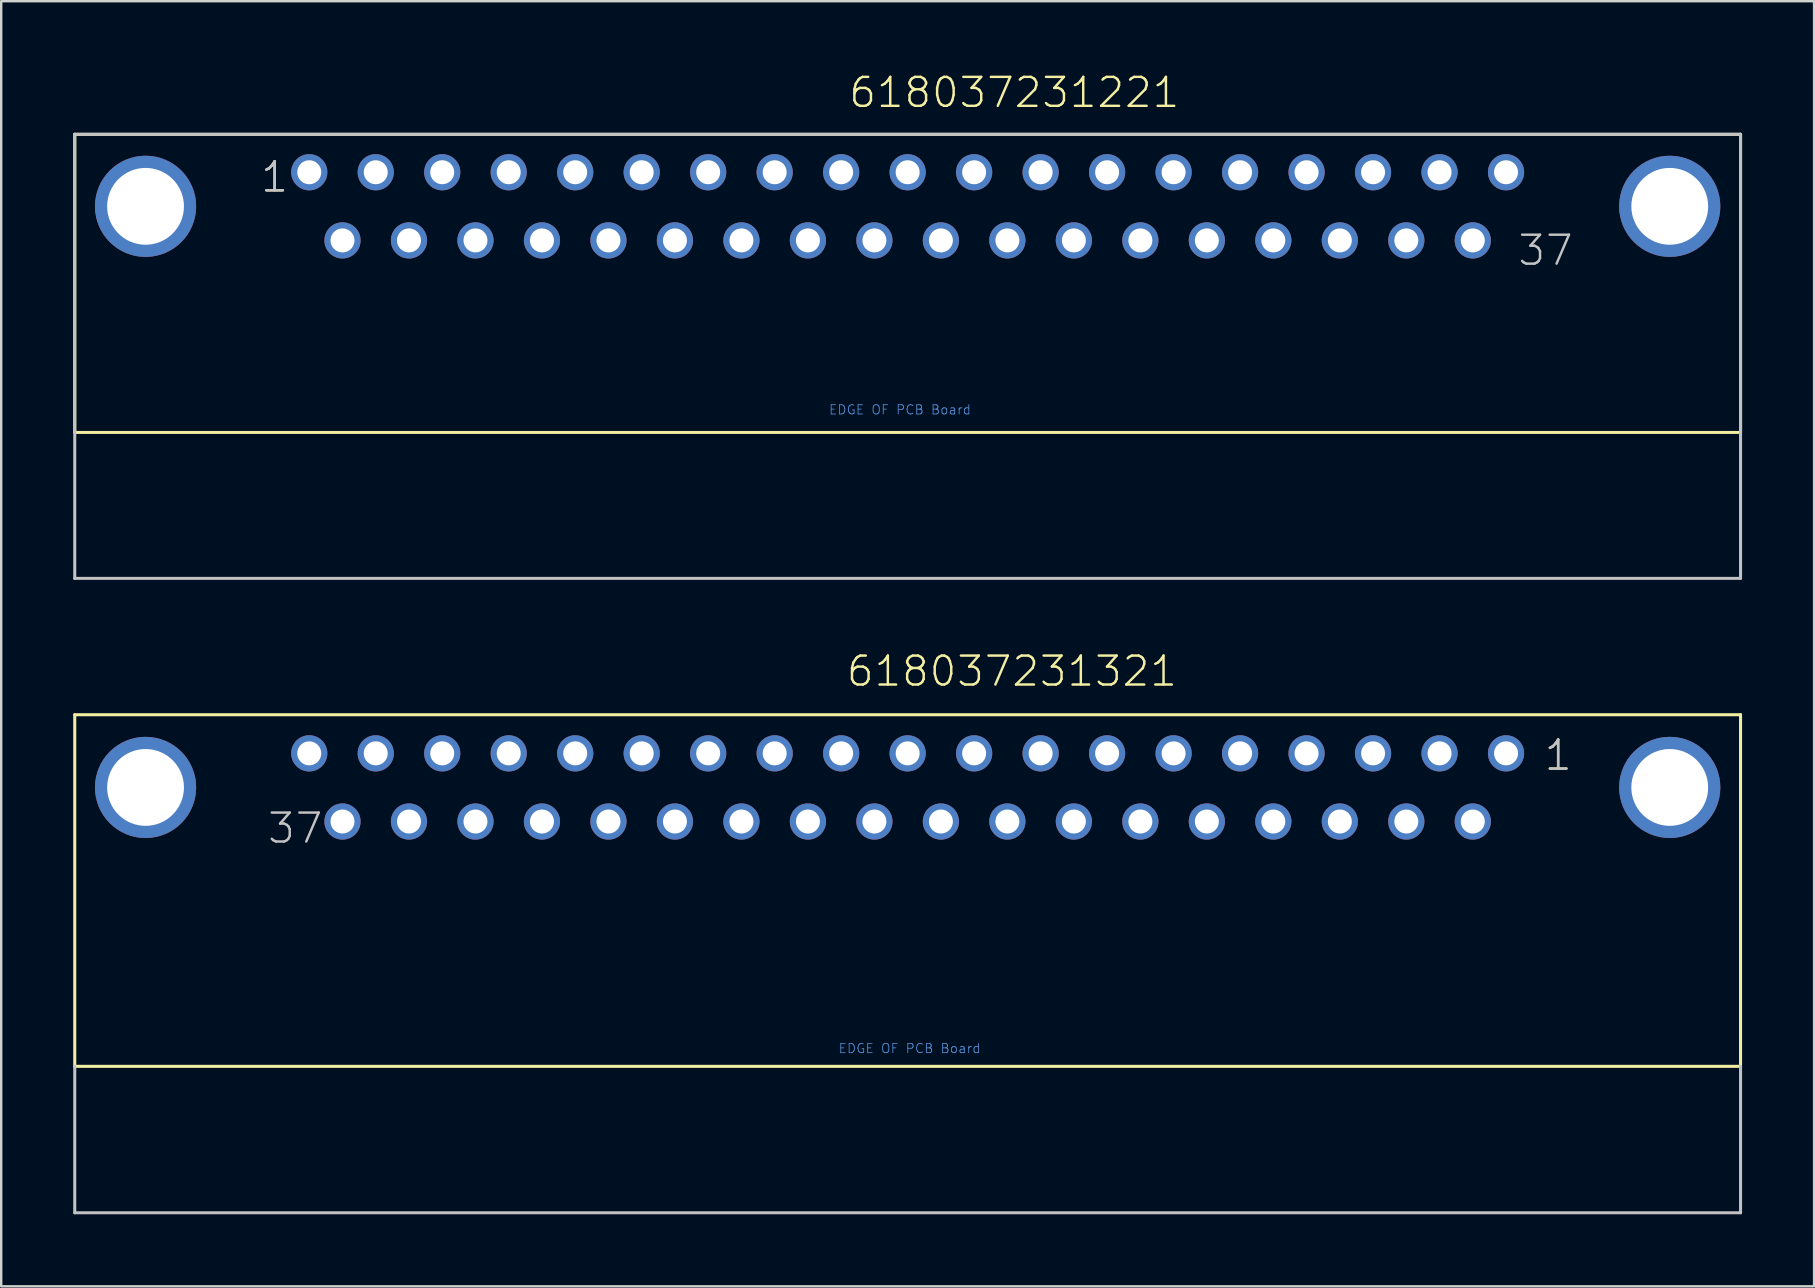
<source format=kicad_pcb>
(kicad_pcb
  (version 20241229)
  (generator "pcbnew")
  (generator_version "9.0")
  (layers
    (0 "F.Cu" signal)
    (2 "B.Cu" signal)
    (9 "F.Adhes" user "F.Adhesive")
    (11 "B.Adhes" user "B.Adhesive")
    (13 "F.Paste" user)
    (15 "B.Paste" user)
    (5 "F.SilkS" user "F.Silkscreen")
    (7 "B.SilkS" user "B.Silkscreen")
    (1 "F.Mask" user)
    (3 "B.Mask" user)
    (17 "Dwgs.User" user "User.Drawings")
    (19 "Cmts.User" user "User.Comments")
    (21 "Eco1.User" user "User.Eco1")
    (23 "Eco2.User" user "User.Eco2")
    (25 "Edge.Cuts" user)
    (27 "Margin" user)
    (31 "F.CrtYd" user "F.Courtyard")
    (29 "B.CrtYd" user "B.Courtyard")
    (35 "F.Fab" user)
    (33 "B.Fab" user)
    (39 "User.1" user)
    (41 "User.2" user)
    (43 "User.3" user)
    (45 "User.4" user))
  (footprint "618037231221"
    (layer "F.Cu")
    (at 34.764 5.546)
    (property "Reference" "618037231221" (at -2.515 -4.035 0) (layer "F.SilkS") (effects (font (size 1.206 1.206) (thickness 0.102)) (justify left bottom)))
    (attr through_hole)
    (fp_line (start -34.7 -3) (end 34.7 -3) (stroke (width 0.127) (type solid)) (layer "F.SilkS"))
    (fp_line (start -34.7 9.42) (end -34.7 -3) (stroke (width 0.127) (type solid)) (layer "F.SilkS"))
    (fp_line (start 34.7 -3) (end 34.7 9.42) (stroke (width 0.127) (type solid)) (layer "F.SilkS"))
    (fp_line (start 34.7 9.42) (end -34.7 9.42) (stroke (width 0.127) (type solid)) (layer "F.SilkS"))
    (fp_line (start -34.7 -3) (end 34.7 -3) (stroke (width 0.127) (type solid)) (layer "Dwgs.User"))
    (fp_line (start -34.7 15.5) (end -34.7 -3) (stroke (width 0.127) (type solid)) (layer "Dwgs.User"))
    (fp_line (start 34.7 -3) (end 34.7 15.5) (stroke (width 0.127) (type solid)) (layer "Dwgs.User"))
    (fp_line (start 34.7 15.5) (end -34.7 15.5) (stroke (width 0.127) (type solid)) (layer "Dwgs.User"))
    (fp_text user "1" (at -27.015 -0.515 0) (layer "F.SilkS") (effects (font (size 1.206 1.206) (thickness 0.102)) (justify left bottom)))
    (fp_text user "37" (at 25.36 2.54 0) (layer "Dwgs.User") (effects (font (size 1.206 1.206) (thickness 0.102)) (justify left bottom)))
    (fp_text user "1" (at -27.015 -0.515 0) (layer "Dwgs.User") (effects (font (size 1.206 1.206) (thickness 0.102)) (justify left bottom)))
    (fp_text user "EDGE OF PCB Board" (at -3.3 8.7 0) (layer "Cmts.User") (effects (font (size 0.386 0.386) (thickness 0.033)) (justify left bottom)))
    (pad "1" thru_hole circle (at -24.93 -1.42) (size 1.508 1.508) (drill 1) (layers "*.Cu" "*.Mask"))
    (pad "2" thru_hole circle (at -22.16 -1.42) (size 1.508 1.508) (drill 1) (layers "*.Cu" "*.Mask"))
    (pad "3" thru_hole circle (at -19.39 -1.42) (size 1.508 1.508) (drill 1) (layers "*.Cu" "*.Mask"))
    (pad "4" thru_hole circle (at -16.62 -1.42) (size 1.508 1.508) (drill 1) (layers "*.Cu" "*.Mask"))
    (pad "5" thru_hole circle (at -13.85 -1.42) (size 1.508 1.508) (drill 1) (layers "*.Cu" "*.Mask"))
    (pad "6" thru_hole circle (at -11.08 -1.42) (size 1.508 1.508) (drill 1) (layers "*.Cu" "*.Mask"))
    (pad "7" thru_hole circle (at -8.31 -1.42) (size 1.508 1.508) (drill 1) (layers "*.Cu" "*.Mask"))
    (pad "8" thru_hole circle (at -5.54 -1.42) (size 1.508 1.508) (drill 1) (layers "*.Cu" "*.Mask"))
    (pad "9" thru_hole circle (at -2.77 -1.42) (size 1.508 1.508) (drill 1) (layers "*.Cu" "*.Mask"))
    (pad "10" thru_hole circle (at 0 -1.42) (size 1.508 1.508) (drill 1) (layers "*.Cu" "*.Mask"))
    (pad "11" thru_hole circle (at 2.77 -1.42) (size 1.508 1.508) (drill 1) (layers "*.Cu" "*.Mask"))
    (pad "12" thru_hole circle (at 5.54 -1.42) (size 1.508 1.508) (drill 1) (layers "*.Cu" "*.Mask"))
    (pad "13" thru_hole circle (at 8.31 -1.42) (size 1.508 1.508) (drill 1) (layers "*.Cu" "*.Mask"))
    (pad "14" thru_hole circle (at 11.08 -1.42) (size 1.508 1.508) (drill 1) (layers "*.Cu" "*.Mask"))
    (pad "15" thru_hole circle (at 13.85 -1.42) (size 1.508 1.508) (drill 1) (layers "*.Cu" "*.Mask"))
    (pad "16" thru_hole circle (at 16.62 -1.42) (size 1.508 1.508) (drill 1) (layers "*.Cu" "*.Mask"))
    (pad "17" thru_hole circle (at 19.39 -1.42) (size 1.508 1.508) (drill 1) (layers "*.Cu" "*.Mask"))
    (pad "18" thru_hole circle (at 22.16 -1.42) (size 1.508 1.508) (drill 1) (layers "*.Cu" "*.Mask"))
    (pad "19" thru_hole circle (at 24.93 -1.42) (size 1.508 1.508) (drill 1) (layers "*.Cu" "*.Mask"))
    (pad "20" thru_hole circle (at -23.545 1.42) (size 1.508 1.508) (drill 1) (layers "*.Cu" "*.Mask"))
    (pad "21" thru_hole circle (at -20.775 1.42) (size 1.508 1.508) (drill 1) (layers "*.Cu" "*.Mask"))
    (pad "22" thru_hole circle (at -18.005 1.42) (size 1.508 1.508) (drill 1) (layers "*.Cu" "*.Mask"))
    (pad "23" thru_hole circle (at -15.235 1.42) (size 1.508 1.508) (drill 1) (layers "*.Cu" "*.Mask"))
    (pad "24" thru_hole circle (at -12.465 1.42) (size 1.508 1.508) (drill 1) (layers "*.Cu" "*.Mask"))
    (pad "25" thru_hole circle (at -9.695 1.42) (size 1.508 1.508) (drill 1) (layers "*.Cu" "*.Mask"))
    (pad "26" thru_hole circle (at -6.925 1.42) (size 1.508 1.508) (drill 1) (layers "*.Cu" "*.Mask"))
    (pad "27" thru_hole circle (at -4.155 1.42) (size 1.508 1.508) (drill 1) (layers "*.Cu" "*.Mask"))
    (pad "28" thru_hole circle (at -1.385 1.42) (size 1.508 1.508) (drill 1) (layers "*.Cu" "*.Mask"))
    (pad "29" thru_hole circle (at 1.385 1.42) (size 1.508 1.508) (drill 1) (layers "*.Cu" "*.Mask"))
    (pad "30" thru_hole circle (at 4.155 1.42) (size 1.508 1.508) (drill 1) (layers "*.Cu" "*.Mask"))
    (pad "31" thru_hole circle (at 6.925 1.42) (size 1.508 1.508) (drill 1) (layers "*.Cu" "*.Mask"))
    (pad "32" thru_hole circle (at 9.695 1.42) (size 1.508 1.508) (drill 1) (layers "*.Cu" "*.Mask"))
    (pad "33" thru_hole circle (at 12.465 1.42) (size 1.508 1.508) (drill 1) (layers "*.Cu" "*.Mask"))
    (pad "34" thru_hole circle (at 15.235 1.42) (size 1.508 1.508) (drill 1) (layers "*.Cu" "*.Mask"))
    (pad "35" thru_hole circle (at 18.005 1.42) (size 1.508 1.508) (drill 1) (layers "*.Cu" "*.Mask"))
    (pad "36" thru_hole circle (at 20.775 1.42) (size 1.508 1.508) (drill 1) (layers "*.Cu" "*.Mask"))
    (pad "37" thru_hole circle (at 23.545 1.42) (size 1.508 1.508) (drill 1) (layers "*.Cu" "*.Mask"))
    (pad "SHEL" thru_hole circle (at -31.75 0) (size 4.216 4.216) (drill 3.2) (layers "*.Cu" "*.Mask"))
    (pad "SHEL" thru_hole circle (at 31.75 0) (size 4.216 4.216) (drill 3.2) (layers "*.Cu" "*.Mask")))
  (footprint "618037231321"
    (layer "F.Cu")
    (at 34.764 29.756)
    (property "Reference" "618037231321" (at -2.615 -4.135 0) (layer "F.SilkS") (effects (font (size 1.206 1.206) (thickness 0.102)) (justify left bottom)))
    (attr through_hole)
    (fp_line (start -34.7 -3.03) (end 34.7 -3.03) (stroke (width 0.127) (type solid)) (layer "F.SilkS"))
    (fp_line (start -34.7 11.62) (end -34.7 -3.03) (stroke (width 0.127) (type solid)) (layer "F.SilkS"))
    (fp_line (start 34.7 -3.03) (end 34.7 11.62) (stroke (width 0.127) (type solid)) (layer "F.SilkS"))
    (fp_line (start 34.7 11.62) (end -34.7 11.62) (stroke (width 0.127) (type solid)) (layer "F.SilkS"))
    (fp_line (start -34.7 17.72) (end -34.7 11.62) (stroke (width 0.127) (type solid)) (layer "Dwgs.User"))
    (fp_line (start 34.7 11.62) (end 34.7 17.72) (stroke (width 0.127) (type solid)) (layer "Dwgs.User"))
    (fp_line (start 34.7 17.72) (end -34.7 17.72) (stroke (width 0.127) (type solid)) (layer "Dwgs.User"))
    (fp_text user "1" (at 26.46 -0.635 0) (layer "F.SilkS") (effects (font (size 1.206 1.206) (thickness 0.102)) (justify left bottom)))
    (fp_text user "37" (at -26.73 2.405 0) (layer "Dwgs.User") (effects (font (size 1.206 1.206) (thickness 0.102)) (justify left bottom)))
    (fp_text user "1" (at 26.46 -0.635 0) (layer "Dwgs.User") (effects (font (size 1.206 1.206) (thickness 0.102)) (justify left bottom)))
    (fp_text user "EDGE OF PCB Board" (at -2.9 11.1 0) (layer "Cmts.User") (effects (font (size 0.386 0.386) (thickness 0.033)) (justify left bottom)))
    (pad "1" thru_hole circle (at 24.93 -1.42) (size 1.508 1.508) (drill 1) (layers "*.Cu" "*.Mask"))
    (pad "2" thru_hole circle (at 22.16 -1.42) (size 1.508 1.508) (drill 1) (layers "*.Cu" "*.Mask"))
    (pad "3" thru_hole circle (at 19.39 -1.42) (size 1.508 1.508) (drill 1) (layers "*.Cu" "*.Mask"))
    (pad "4" thru_hole circle (at 16.62 -1.42) (size 1.508 1.508) (drill 1) (layers "*.Cu" "*.Mask"))
    (pad "5" thru_hole circle (at 13.85 -1.42) (size 1.508 1.508) (drill 1) (layers "*.Cu" "*.Mask"))
    (pad "6" thru_hole circle (at 11.08 -1.42) (size 1.508 1.508) (drill 1) (layers "*.Cu" "*.Mask"))
    (pad "7" thru_hole circle (at 8.31 -1.42) (size 1.508 1.508) (drill 1) (layers "*.Cu" "*.Mask"))
    (pad "8" thru_hole circle (at 5.54 -1.42) (size 1.508 1.508) (drill 1) (layers "*.Cu" "*.Mask"))
    (pad "9" thru_hole circle (at 2.77 -1.42) (size 1.508 1.508) (drill 1) (layers "*.Cu" "*.Mask"))
    (pad "10" thru_hole circle (at 0 -1.42) (size 1.508 1.508) (drill 1) (layers "*.Cu" "*.Mask"))
    (pad "11" thru_hole circle (at -2.77 -1.42) (size 1.508 1.508) (drill 1) (layers "*.Cu" "*.Mask"))
    (pad "12" thru_hole circle (at -5.54 -1.42) (size 1.508 1.508) (drill 1) (layers "*.Cu" "*.Mask"))
    (pad "13" thru_hole circle (at -8.31 -1.42) (size 1.508 1.508) (drill 1) (layers "*.Cu" "*.Mask"))
    (pad "14" thru_hole circle (at -11.08 -1.42) (size 1.508 1.508) (drill 1) (layers "*.Cu" "*.Mask"))
    (pad "15" thru_hole circle (at -13.85 -1.42) (size 1.508 1.508) (drill 1) (layers "*.Cu" "*.Mask"))
    (pad "16" thru_hole circle (at -16.62 -1.42) (size 1.508 1.508) (drill 1) (layers "*.Cu" "*.Mask"))
    (pad "17" thru_hole circle (at -19.39 -1.42) (size 1.508 1.508) (drill 1) (layers "*.Cu" "*.Mask"))
    (pad "18" thru_hole circle (at -22.16 -1.42) (size 1.508 1.508) (drill 1) (layers "*.Cu" "*.Mask"))
    (pad "19" thru_hole circle (at -24.93 -1.42) (size 1.508 1.508) (drill 1) (layers "*.Cu" "*.Mask"))
    (pad "20" thru_hole circle (at 23.545 1.42) (size 1.508 1.508) (drill 1) (layers "*.Cu" "*.Mask"))
    (pad "21" thru_hole circle (at 20.775 1.42) (size 1.508 1.508) (drill 1) (layers "*.Cu" "*.Mask"))
    (pad "22" thru_hole circle (at 18.005 1.42) (size 1.508 1.508) (drill 1) (layers "*.Cu" "*.Mask"))
    (pad "23" thru_hole circle (at 15.235 1.42) (size 1.508 1.508) (drill 1) (layers "*.Cu" "*.Mask"))
    (pad "24" thru_hole circle (at 12.465 1.42) (size 1.508 1.508) (drill 1) (layers "*.Cu" "*.Mask"))
    (pad "25" thru_hole circle (at 9.695 1.42) (size 1.508 1.508) (drill 1) (layers "*.Cu" "*.Mask"))
    (pad "26" thru_hole circle (at 6.925 1.42) (size 1.508 1.508) (drill 1) (layers "*.Cu" "*.Mask"))
    (pad "27" thru_hole circle (at 4.155 1.42) (size 1.508 1.508) (drill 1) (layers "*.Cu" "*.Mask"))
    (pad "28" thru_hole circle (at 1.385 1.42) (size 1.508 1.508) (drill 1) (layers "*.Cu" "*.Mask"))
    (pad "29" thru_hole circle (at -1.385 1.42) (size 1.508 1.508) (drill 1) (layers "*.Cu" "*.Mask"))
    (pad "30" thru_hole circle (at -4.155 1.42) (size 1.508 1.508) (drill 1) (layers "*.Cu" "*.Mask"))
    (pad "31" thru_hole circle (at -6.925 1.42) (size 1.508 1.508) (drill 1) (layers "*.Cu" "*.Mask"))
    (pad "32" thru_hole circle (at -9.695 1.42) (size 1.508 1.508) (drill 1) (layers "*.Cu" "*.Mask"))
    (pad "33" thru_hole circle (at -12.465 1.42) (size 1.508 1.508) (drill 1) (layers "*.Cu" "*.Mask"))
    (pad "34" thru_hole circle (at -15.235 1.42) (size 1.508 1.508) (drill 1) (layers "*.Cu" "*.Mask"))
    (pad "35" thru_hole circle (at -18.005 1.42) (size 1.508 1.508) (drill 1) (layers "*.Cu" "*.Mask"))
    (pad "36" thru_hole circle (at -20.775 1.42) (size 1.508 1.508) (drill 1) (layers "*.Cu" "*.Mask"))
    (pad "37" thru_hole circle (at -23.545 1.42) (size 1.508 1.508) (drill 1) (layers "*.Cu" "*.Mask"))
    (pad "SHEL" thru_hole circle (at -31.75 0) (size 4.216 4.216) (drill 3.2) (layers "*.Cu" "*.Mask"))
    (pad "SHEL" thru_hole circle (at 31.75 0) (size 4.216 4.216) (drill 3.2) (layers "*.Cu" "*.Mask")))
  (gr_rect
    (start -3 -3)
    (end 72.527 50.54)
    (stroke (width 0.1) (type default))
    (fill no)
    (layer "Edge.Cuts")))
</source>
